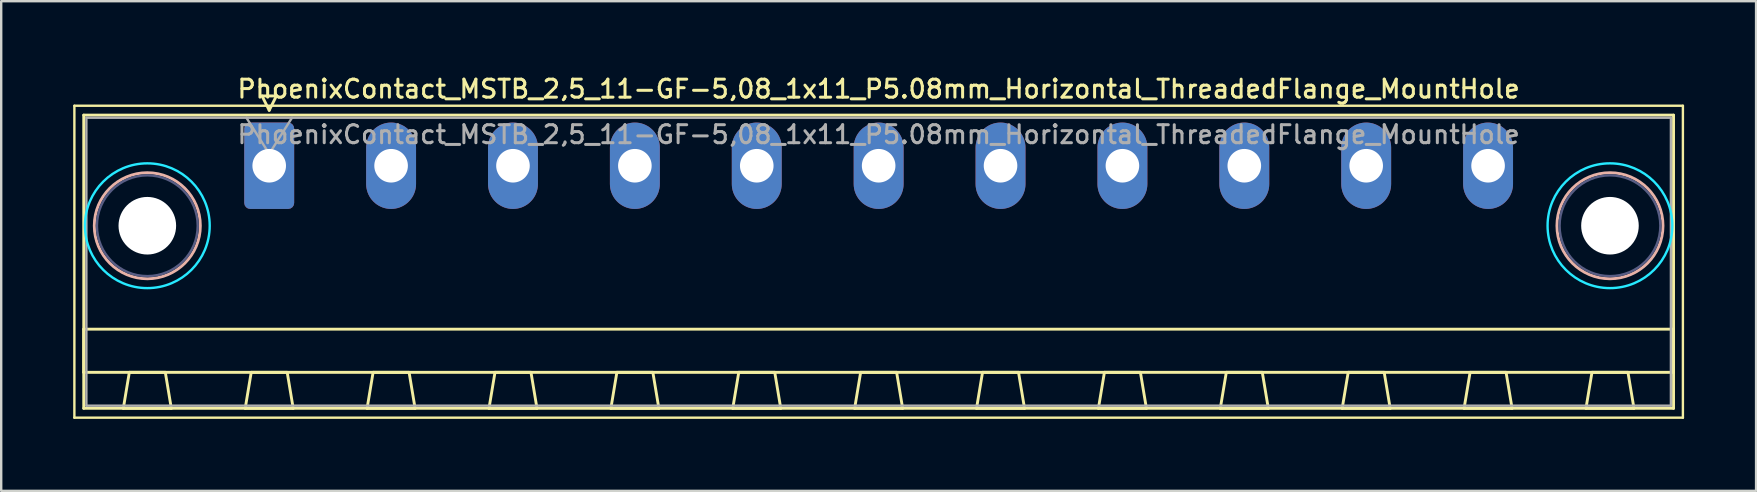
<source format=kicad_pcb>
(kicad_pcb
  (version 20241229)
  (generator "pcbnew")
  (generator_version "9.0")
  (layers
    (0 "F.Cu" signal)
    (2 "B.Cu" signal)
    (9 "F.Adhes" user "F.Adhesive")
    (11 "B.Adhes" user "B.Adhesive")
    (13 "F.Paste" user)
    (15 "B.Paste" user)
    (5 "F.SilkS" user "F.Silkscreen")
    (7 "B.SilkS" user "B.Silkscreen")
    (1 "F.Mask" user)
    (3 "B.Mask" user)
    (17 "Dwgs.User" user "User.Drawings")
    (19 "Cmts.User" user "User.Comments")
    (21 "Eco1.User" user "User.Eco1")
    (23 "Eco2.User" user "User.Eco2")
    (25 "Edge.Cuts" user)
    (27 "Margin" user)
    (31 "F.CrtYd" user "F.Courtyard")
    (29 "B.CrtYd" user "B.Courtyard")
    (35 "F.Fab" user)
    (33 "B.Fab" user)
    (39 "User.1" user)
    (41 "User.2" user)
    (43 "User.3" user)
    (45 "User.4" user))
  (footprint "PhoenixContact_MSTB_2,5_11-GF-5,08_1x11_P5.08mm_Horizontal_ThreadedFlange_MountHole"
    (layer "F.Cu")
    (at 8.17 3.858)
    (property "Reference" "PhoenixContact_MSTB_2,5_11-GF-5,08_1x11_P5.08mm_Horizontal_ThreadedFlange_MountHole" (at 25.4 -3.2 0) (layer "F.SilkS") (effects (font (size 0.75 0.75) (thickness 0.125))))
    (attr through_hole)
    (fp_line (start -8.12 -2.5) (end -8.12 10.5) (stroke (width 0.1) (type solid)) (layer "F.SilkS"))
    (fp_line (start -8.12 10.5) (end 58.92 10.5) (stroke (width 0.1) (type solid)) (layer "F.SilkS"))
    (fp_line (start -7.73 -2.11) (end -7.73 10.11) (stroke (width 0.12) (type solid)) (layer "F.SilkS"))
    (fp_line (start -7.73 6.81) (end 58.53 6.81) (stroke (width 0.12) (type solid)) (layer "F.SilkS"))
    (fp_line (start -7.73 8.61) (end -7.73 6.81) (stroke (width 0.12) (type solid)) (layer "F.SilkS"))
    (fp_line (start -7.73 10.11) (end 58.53 10.11) (stroke (width 0.12) (type solid)) (layer "F.SilkS"))
    (fp_line (start -6.08 10.11) (end -4.08 10.11) (stroke (width 0.12) (type solid)) (layer "F.SilkS"))
    (fp_line (start -5.83 8.61) (end -6.08 10.11) (stroke (width 0.12) (type solid)) (layer "F.SilkS"))
    (fp_line (start -4.33 8.61) (end -5.83 8.61) (stroke (width 0.12) (type solid)) (layer "F.SilkS"))
    (fp_line (start -4.08 10.11) (end -4.33 8.61) (stroke (width 0.12) (type solid)) (layer "F.SilkS"))
    (fp_line (start -1 10.11) (end 1 10.11) (stroke (width 0.12) (type solid)) (layer "F.SilkS"))
    (fp_line (start -0.75 8.61) (end -1 10.11) (stroke (width 0.12) (type solid)) (layer "F.SilkS"))
    (fp_line (start -0.3 -2.91) (end 0.3 -2.91) (stroke (width 0.12) (type solid)) (layer "F.SilkS"))
    (fp_line (start 0 -2.31) (end -0.3 -2.91) (stroke (width 0.12) (type solid)) (layer "F.SilkS"))
    (fp_line (start 0.3 -2.91) (end 0 -2.31) (stroke (width 0.12) (type solid)) (layer "F.SilkS"))
    (fp_line (start 0.75 8.61) (end -0.75 8.61) (stroke (width 0.12) (type solid)) (layer "F.SilkS"))
    (fp_line (start 1 10.11) (end 0.75 8.61) (stroke (width 0.12) (type solid)) (layer "F.SilkS"))
    (fp_line (start 4.08 10.11) (end 6.08 10.11) (stroke (width 0.12) (type solid)) (layer "F.SilkS"))
    (fp_line (start 4.33 8.61) (end 4.08 10.11) (stroke (width 0.12) (type solid)) (layer "F.SilkS"))
    (fp_line (start 5.83 8.61) (end 4.33 8.61) (stroke (width 0.12) (type solid)) (layer "F.SilkS"))
    (fp_line (start 6.08 10.11) (end 5.83 8.61) (stroke (width 0.12) (type solid)) (layer "F.SilkS"))
    (fp_line (start 9.16 10.11) (end 11.16 10.11) (stroke (width 0.12) (type solid)) (layer "F.SilkS"))
    (fp_line (start 9.41 8.61) (end 9.16 10.11) (stroke (width 0.12) (type solid)) (layer "F.SilkS"))
    (fp_line (start 10.91 8.61) (end 9.41 8.61) (stroke (width 0.12) (type solid)) (layer "F.SilkS"))
    (fp_line (start 11.16 10.11) (end 10.91 8.61) (stroke (width 0.12) (type solid)) (layer "F.SilkS"))
    (fp_line (start 14.24 10.11) (end 16.24 10.11) (stroke (width 0.12) (type solid)) (layer "F.SilkS"))
    (fp_line (start 14.49 8.61) (end 14.24 10.11) (stroke (width 0.12) (type solid)) (layer "F.SilkS"))
    (fp_line (start 15.99 8.61) (end 14.49 8.61) (stroke (width 0.12) (type solid)) (layer "F.SilkS"))
    (fp_line (start 16.24 10.11) (end 15.99 8.61) (stroke (width 0.12) (type solid)) (layer "F.SilkS"))
    (fp_line (start 19.32 10.11) (end 21.32 10.11) (stroke (width 0.12) (type solid)) (layer "F.SilkS"))
    (fp_line (start 19.57 8.61) (end 19.32 10.11) (stroke (width 0.12) (type solid)) (layer "F.SilkS"))
    (fp_line (start 21.07 8.61) (end 19.57 8.61) (stroke (width 0.12) (type solid)) (layer "F.SilkS"))
    (fp_line (start 21.32 10.11) (end 21.07 8.61) (stroke (width 0.12) (type solid)) (layer "F.SilkS"))
    (fp_line (start 24.4 10.11) (end 26.4 10.11) (stroke (width 0.12) (type solid)) (layer "F.SilkS"))
    (fp_line (start 24.65 8.61) (end 24.4 10.11) (stroke (width 0.12) (type solid)) (layer "F.SilkS"))
    (fp_line (start 26.15 8.61) (end 24.65 8.61) (stroke (width 0.12) (type solid)) (layer "F.SilkS"))
    (fp_line (start 26.4 10.11) (end 26.15 8.61) (stroke (width 0.12) (type solid)) (layer "F.SilkS"))
    (fp_line (start 29.48 10.11) (end 31.48 10.11) (stroke (width 0.12) (type solid)) (layer "F.SilkS"))
    (fp_line (start 29.73 8.61) (end 29.48 10.11) (stroke (width 0.12) (type solid)) (layer "F.SilkS"))
    (fp_line (start 31.23 8.61) (end 29.73 8.61) (stroke (width 0.12) (type solid)) (layer "F.SilkS"))
    (fp_line (start 31.48 10.11) (end 31.23 8.61) (stroke (width 0.12) (type solid)) (layer "F.SilkS"))
    (fp_line (start 34.56 10.11) (end 36.56 10.11) (stroke (width 0.12) (type solid)) (layer "F.SilkS"))
    (fp_line (start 34.81 8.61) (end 34.56 10.11) (stroke (width 0.12) (type solid)) (layer "F.SilkS"))
    (fp_line (start 36.31 8.61) (end 34.81 8.61) (stroke (width 0.12) (type solid)) (layer "F.SilkS"))
    (fp_line (start 36.56 10.11) (end 36.31 8.61) (stroke (width 0.12) (type solid)) (layer "F.SilkS"))
    (fp_line (start 39.64 10.11) (end 41.64 10.11) (stroke (width 0.12) (type solid)) (layer "F.SilkS"))
    (fp_line (start 39.89 8.61) (end 39.64 10.11) (stroke (width 0.12) (type solid)) (layer "F.SilkS"))
    (fp_line (start 41.39 8.61) (end 39.89 8.61) (stroke (width 0.12) (type solid)) (layer "F.SilkS"))
    (fp_line (start 41.64 10.11) (end 41.39 8.61) (stroke (width 0.12) (type solid)) (layer "F.SilkS"))
    (fp_line (start 44.72 10.11) (end 46.72 10.11) (stroke (width 0.12) (type solid)) (layer "F.SilkS"))
    (fp_line (start 44.97 8.61) (end 44.72 10.11) (stroke (width 0.12) (type solid)) (layer "F.SilkS"))
    (fp_line (start 46.47 8.61) (end 44.97 8.61) (stroke (width 0.12) (type solid)) (layer "F.SilkS"))
    (fp_line (start 46.72 10.11) (end 46.47 8.61) (stroke (width 0.12) (type solid)) (layer "F.SilkS"))
    (fp_line (start 49.8 10.11) (end 51.8 10.11) (stroke (width 0.12) (type solid)) (layer "F.SilkS"))
    (fp_line (start 50.05 8.61) (end 49.8 10.11) (stroke (width 0.12) (type solid)) (layer "F.SilkS"))
    (fp_line (start 51.55 8.61) (end 50.05 8.61) (stroke (width 0.12) (type solid)) (layer "F.SilkS"))
    (fp_line (start 51.8 10.11) (end 51.55 8.61) (stroke (width 0.12) (type solid)) (layer "F.SilkS"))
    (fp_line (start 54.88 10.11) (end 56.88 10.11) (stroke (width 0.12) (type solid)) (layer "F.SilkS"))
    (fp_line (start 55.13 8.61) (end 54.88 10.11) (stroke (width 0.12) (type solid)) (layer "F.SilkS"))
    (fp_line (start 56.63 8.61) (end 55.13 8.61) (stroke (width 0.12) (type solid)) (layer "F.SilkS"))
    (fp_line (start 56.88 10.11) (end 56.63 8.61) (stroke (width 0.12) (type solid)) (layer "F.SilkS"))
    (fp_line (start 58.53 -2.11) (end -7.73 -2.11) (stroke (width 0.12) (type solid)) (layer "F.SilkS"))
    (fp_line (start 58.53 6.81) (end 58.53 8.61) (stroke (width 0.12) (type solid)) (layer "F.SilkS"))
    (fp_line (start 58.53 8.61) (end -7.73 8.61) (stroke (width 0.12) (type solid)) (layer "F.SilkS"))
    (fp_line (start 58.53 10.11) (end 58.53 -2.11) (stroke (width 0.12) (type solid)) (layer "F.SilkS"))
    (fp_line (start 58.92 -2.5) (end -8.12 -2.5) (stroke (width 0.1) (type solid)) (layer "F.SilkS"))
    (fp_line (start 58.92 10.5) (end 58.92 -2.5) (stroke (width 0.1) (type solid)) (layer "F.SilkS"))
    (fp_circle (center -5.08 2.5) (end -2.87 2.5) (stroke (width 0.12) (type solid)) (fill no) (layer "B.SilkS"))
    (fp_circle (center 55.88 2.5) (end 58.09 2.5) (stroke (width 0.12) (type solid)) (fill no) (layer "B.SilkS"))
    (fp_circle (center -5.08 2.5) (end -2.48 2.5) (stroke (width 0.1) (type solid)) (fill no) (layer "B.CrtYd"))
    (fp_circle (center 55.88 2.5) (end 58.48 2.5) (stroke (width 0.1) (type solid)) (fill no) (layer "B.CrtYd"))
    (fp_circle (center -5.08 2.5) (end -2.98 2.5) (stroke (width 0.1) (type solid)) (fill no) (layer "B.Fab"))
    (fp_circle (center 55.88 2.5) (end 57.98 2.5) (stroke (width 0.1) (type solid)) (fill no) (layer "B.Fab"))
    (fp_line (start -7.62 -2) (end -7.62 10) (stroke (width 0.1) (type solid)) (layer "F.Fab"))
    (fp_line (start -7.62 10) (end 58.42 10) (stroke (width 0.1) (type solid)) (layer "F.Fab"))
    (fp_line (start 0 -0.5) (end -0.95 -2) (stroke (width 0.1) (type solid)) (layer "F.Fab"))
    (fp_line (start 0.95 -2) (end 0 -0.5) (stroke (width 0.1) (type solid)) (layer "F.Fab"))
    (fp_line (start 58.42 -2) (end -7.62 -2) (stroke (width 0.1) (type solid)) (layer "F.Fab"))
    (fp_line (start 58.42 10) (end 58.42 -2) (stroke (width 0.1) (type solid)) (layer "F.Fab"))
    (fp_text user "${REFERENCE}" (at 25.4 -1.3 0) (layer "F.Fab") (effects (font (size 0.75 0.75) (thickness 0.125))))
    (pad "" np_thru_hole circle (at -5.08 2.5) (size 2.4 2.4) (drill 2.4) (layers "*.Cu" "*.Mask"))
    (pad "" np_thru_hole circle (at 55.88 2.5) (size 2.4 2.4) (drill 2.4) (layers "*.Cu" "*.Mask"))
    (pad "1" thru_hole roundrect (at 0 0) (size 2.08 3.6) (drill 1.4) (layers "*.Cu" "*.Mask") (roundrect_rratio 0.12))
    (pad "2" thru_hole oval (at 5.08 0) (size 2.08 3.6) (drill 1.4) (layers "*.Cu" "*.Mask"))
    (pad "3" thru_hole oval (at 10.16 0) (size 2.08 3.6) (drill 1.4) (layers "*.Cu" "*.Mask"))
    (pad "4" thru_hole oval (at 15.24 0) (size 2.08 3.6) (drill 1.4) (layers "*.Cu" "*.Mask"))
    (pad "5" thru_hole oval (at 20.32 0) (size 2.08 3.6) (drill 1.4) (layers "*.Cu" "*.Mask"))
    (pad "6" thru_hole oval (at 25.4 0) (size 2.08 3.6) (drill 1.4) (layers "*.Cu" "*.Mask"))
    (pad "7" thru_hole oval (at 30.48 0) (size 2.08 3.6) (drill 1.4) (layers "*.Cu" "*.Mask"))
    (pad "8" thru_hole oval (at 35.56 0) (size 2.08 3.6) (drill 1.4) (layers "*.Cu" "*.Mask"))
    (pad "9" thru_hole oval (at 40.64 0) (size 2.08 3.6) (drill 1.4) (layers "*.Cu" "*.Mask"))
    (pad "10" thru_hole oval (at 45.72 0) (size 2.08 3.6) (drill 1.4) (layers "*.Cu" "*.Mask"))
    (pad "11" thru_hole oval (at 50.8 0) (size 2.08 3.6) (drill 1.4) (layers "*.Cu" "*.Mask")))
  (gr_rect
    (start -3 -3)
    (end 70.14 17.408)
    (stroke (width 0.1) (type default))
    (fill no)
    (layer "Edge.Cuts")))
</source>
